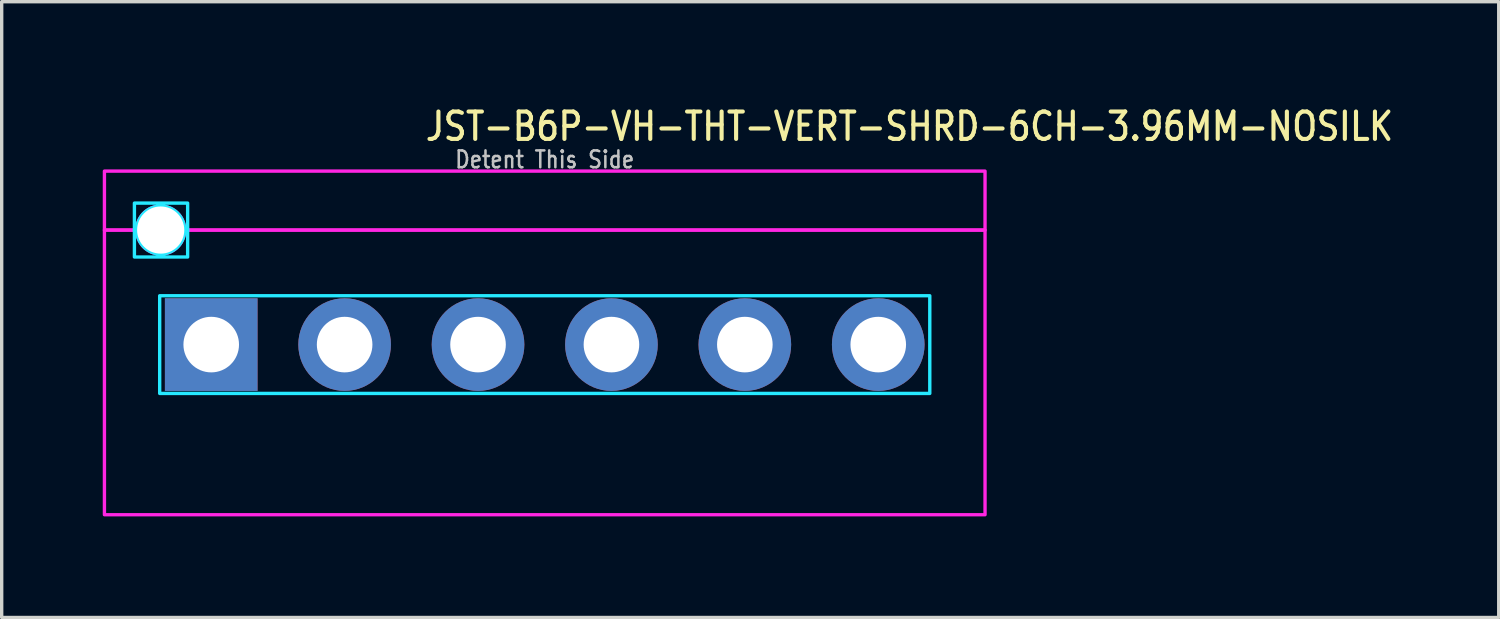
<source format=kicad_pcb>
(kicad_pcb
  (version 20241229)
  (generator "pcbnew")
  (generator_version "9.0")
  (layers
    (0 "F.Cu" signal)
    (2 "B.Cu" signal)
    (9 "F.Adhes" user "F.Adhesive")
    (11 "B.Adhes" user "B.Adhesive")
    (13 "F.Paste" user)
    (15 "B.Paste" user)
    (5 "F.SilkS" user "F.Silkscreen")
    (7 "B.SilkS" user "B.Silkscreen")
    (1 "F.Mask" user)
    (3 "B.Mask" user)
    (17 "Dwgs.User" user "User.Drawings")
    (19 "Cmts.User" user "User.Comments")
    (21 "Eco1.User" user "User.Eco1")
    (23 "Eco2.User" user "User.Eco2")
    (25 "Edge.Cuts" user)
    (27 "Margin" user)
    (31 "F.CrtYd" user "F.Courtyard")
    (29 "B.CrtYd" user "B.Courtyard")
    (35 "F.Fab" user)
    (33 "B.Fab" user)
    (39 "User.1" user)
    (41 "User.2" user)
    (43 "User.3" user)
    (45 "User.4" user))
  (footprint "JST-B6P-VH-THT-VERT-SHRD-6CH-3.96MM-NOSILK"
    (layer "F.Cu")
    (at 13.12 7.179)
    (property "Reference" "JST-B6P-VH-THT-VERT-SHRD-6CH-3.96MM-NOSILK" (at -3.6 -6 0) (unlocked yes) (layer "F.SilkS") (effects (font (size 0.813 0.695) (thickness 0.122)) (justify left bottom)))
    (fp_poly (pts (xy -11.43 -1.45) (xy -11.43 1.45) (xy 11.43 1.45) (xy 11.43 -1.45)) (stroke (width 0.1) (type solid)) (fill no) (layer "B.CrtYd"))
    (fp_poly (pts (xy -12.18 -3.4) (xy -12.18 -4.2) (xy -10.6 -4.2) (xy -10.6 -3.4) (xy -10.69 -3.4) (xy -10.69 -3.4) (xy -10.69 -3.411) (xy -10.69 -3.411) (xy -10.69 -3.422) (xy -10.69 -3.422) (xy -10.691 -3.433) (xy -10.691 -3.434) (xy -10.691 -3.445) (xy -10.691 -3.445) (xy -10.692 -3.456) (xy -10.692 -3.456) (xy -10.693 -3.467) (xy -10.693 -3.467) (xy -10.694 -3.478) (xy -10.694 -3.478) (xy -10.696 -3.489) (xy -10.696 -3.489) (xy -10.697 -3.5) (xy -10.697 -3.5) (xy -10.699 -3.511) (xy -10.699 -3.511) (xy -10.701 -3.522) (xy -10.701 -3.522) (xy -10.703 -3.533) (xy -10.703 -3.533) (xy -10.705 -3.544) (xy -10.705 -3.544) (xy -10.707 -3.555) (xy -10.707 -3.555) (xy -10.71 -3.566) (xy -10.71 -3.566) (xy -10.712 -3.576) (xy -10.712 -3.577) (xy -10.715 -3.587) (xy -10.715 -3.587) (xy -10.718 -3.598) (xy -10.718 -3.598) (xy -10.721 -3.609) (xy -10.721 -3.609) (xy -10.725 -3.619) (xy -10.725 -3.619) (xy -10.728 -3.63) (xy -10.728 -3.63) (xy -10.732 -3.64) (xy -10.732 -3.641) (xy -10.736 -3.651) (xy -10.736 -3.651) (xy -10.74 -3.661) (xy -10.74 -3.661) (xy -10.744 -3.672) (xy -10.744 -3.672) (xy -10.748 -3.682) (xy -10.748 -3.682) (xy -10.753 -3.692) (xy -10.753 -3.692) (xy -10.758 -3.702) (xy -10.758 -3.702) (xy -10.762 -3.712) (xy -10.762 -3.712) (xy -10.767 -3.722) (xy -10.767 -3.722) (xy -10.772 -3.732) (xy -10.773 -3.732) (xy -10.778 -3.742) (xy -10.778 -3.742) (xy -10.783 -3.752) (xy -10.783 -3.752) (xy -10.789 -3.761) (xy -10.789 -3.761) (xy -10.795 -3.771) (xy -10.795 -3.771) (xy -10.8 -3.78) (xy -10.801 -3.781) (xy -10.807 -3.79) (xy -10.807 -3.79) (xy -10.813 -3.799) (xy -10.813 -3.799) (xy -10.819 -3.808) (xy -10.819 -3.808) (xy -10.826 -3.817) (xy -10.826 -3.817) (xy -10.832 -3.826) (xy -10.832 -3.826) (xy -10.839 -3.835) (xy -10.839 -3.835) (xy -10.846 -3.844) (xy -10.846 -3.844) (xy -10.853 -3.853) (xy -10.853 -3.853) (xy -10.86 -3.861) (xy -10.86 -3.861) (xy -10.867 -3.869) (xy -10.867 -3.87) (xy -10.875 -3.878) (xy -10.875 -3.878) (xy -10.882 -3.886) (xy -10.882 -3.886) (xy -10.89 -3.894) (xy -10.89 -3.894) (xy -10.898 -3.902) (xy -10.898 -3.902) (xy -10.906 -3.91) (xy -10.906 -3.91) (xy -10.914 -3.918) (xy -10.914 -3.918) (xy -10.922 -3.925) (xy -10.922 -3.925) (xy -10.93 -3.933) (xy -10.931 -3.933) (xy -10.939 -3.94) (xy -10.939 -3.94) (xy -10.947 -3.947) (xy -10.947 -3.947) (xy -10.956 -3.954) (xy -10.956 -3.954) (xy -10.965 -3.961) (xy -10.965 -3.961) (xy -10.974 -3.968) (xy -10.974 -3.968) (xy -10.983 -3.974) (xy -10.983 -3.974) (xy -10.992 -3.981) (xy -10.992 -3.981) (xy -11.001 -3.987) (xy -11.001 -3.987) (xy -11.01 -3.993) (xy -11.01 -3.993) (xy -11.019 -3.999) (xy -11.02 -4) (xy -11.029 -4.005) (xy -11.029 -4.005) (xy -11.039 -4.011) (xy -11.039 -4.011) (xy -11.048 -4.017) (xy -11.048 -4.017) (xy -11.058 -4.022) (xy -11.058 -4.022) (xy -11.068 -4.027) (xy -11.068 -4.028) (xy -11.078 -4.033) (xy -11.078 -4.033) (xy -11.088 -4.038) (xy -11.088 -4.038) (xy -11.098 -4.042) (xy -11.098 -4.042) (xy -11.108 -4.047) (xy -11.108 -4.047) (xy -11.118 -4.052) (xy -11.118 -4.052) (xy -11.128 -4.056) (xy -11.128 -4.056) (xy -11.139 -4.06) (xy -11.139 -4.06) (xy -11.149 -4.064) (xy -11.149 -4.064) (xy -11.159 -4.068) (xy -11.16 -4.068) (xy -11.17 -4.072) (xy -11.17 -4.072) (xy -11.181 -4.075) (xy -11.181 -4.075) (xy -11.191 -4.079) (xy -11.191 -4.079) (xy -11.202 -4.082) (xy -11.202 -4.082) (xy -11.213 -4.085) (xy -11.213 -4.085) (xy -11.223 -4.088) (xy -11.224 -4.088) (xy -11.234 -4.09) (xy -11.234 -4.09) (xy -11.245 -4.093) (xy -11.245 -4.093) (xy -11.256 -4.095) (xy -11.256 -4.095) (xy -11.267 -4.097) (xy -11.267 -4.097) (xy -11.278 -4.099) (xy -11.278 -4.099) (xy -11.289 -4.101) (xy -11.289 -4.101) (xy -11.3 -4.103) (xy -11.3 -4.103) (xy -11.311 -4.104) (xy -11.311 -4.104) (xy -11.322 -4.106) (xy -11.322 -4.106) (xy -11.333 -4.107) (xy -11.333 -4.107) (xy -11.344 -4.108) (xy -11.344 -4.108) (xy -11.355 -4.109) (xy -11.355 -4.109) (xy -11.366 -4.109) (xy -11.367 -4.109) (xy -11.378 -4.11) (xy -11.378 -4.11) (xy -11.389 -4.11) (xy -11.389 -4.11) (xy -11.4 -4.11) (xy -11.4 -4.11) (xy -11.411 -4.11) (xy -11.411 -4.11) (xy -11.422 -4.11) (xy -11.422 -4.11) (xy -11.433 -4.109) (xy -11.434 -4.109) (xy -11.445 -4.109) (xy -11.445 -4.109) (xy -11.456 -4.108) (xy -11.456 -4.108) (xy -11.467 -4.107) (xy -11.467 -4.107) (xy -11.478 -4.106) (xy -11.478 -4.106) (xy -11.489 -4.104) (xy -11.489 -4.104) (xy -11.5 -4.103) (xy -11.5 -4.103) (xy -11.511 -4.101) (xy -11.511 -4.101) (xy -11.522 -4.099) (xy -11.522 -4.099) (xy -11.533 -4.097) (xy -11.533 -4.097) (xy -11.544 -4.095) (xy -11.544 -4.095) (xy -11.555 -4.093) (xy -11.555 -4.093) (xy -11.566 -4.09) (xy -11.566 -4.09) (xy -11.576 -4.088) (xy -11.577 -4.088) (xy -11.587 -4.085) (xy -11.587 -4.085) (xy -11.598 -4.082) (xy -11.598 -4.082) (xy -11.609 -4.079) (xy -11.609 -4.079) (xy -11.619 -4.075) (xy -11.619 -4.075) (xy -11.63 -4.072) (xy -11.63 -4.072) (xy -11.64 -4.068) (xy -11.641 -4.068) (xy -11.651 -4.064) (xy -11.651 -4.064) (xy -11.661 -4.06) (xy -11.661 -4.06) (xy -11.672 -4.056) (xy -11.672 -4.056) (xy -11.682 -4.052) (xy -11.682 -4.052) (xy -11.692 -4.047) (xy -11.692 -4.047) (xy -11.702 -4.042) (xy -11.702 -4.042) (xy -11.712 -4.038) (xy -11.712 -4.038) (xy -11.722 -4.033) (xy -11.722 -4.033) (xy -11.732 -4.028) (xy -11.732 -4.027) (xy -11.742 -4.022) (xy -11.742 -4.022) (xy -11.752 -4.017) (xy -11.752 -4.017) (xy -11.761 -4.011) (xy -11.761 -4.011) (xy -11.771 -4.005) (xy -11.771 -4.005) (xy -11.78 -4) (xy -11.781 -3.999) (xy -11.79 -3.993) (xy -11.79 -3.993) (xy -11.799 -3.987) (xy -11.799 -3.987) (xy -11.808 -3.981) (xy -11.808 -3.981) (xy -11.817 -3.974) (xy -11.817 -3.974) (xy -11.826 -3.968) (xy -11.826 -3.968) (xy -11.835 -3.961) (xy -11.835 -3.961) (xy -11.844 -3.954) (xy -11.844 -3.954) (xy -11.853 -3.947) (xy -11.853 -3.947) (xy -11.861 -3.94) (xy -11.861 -3.94) (xy -11.869 -3.933) (xy -11.87 -3.933) (xy -11.878 -3.925) (xy -11.878 -3.925) (xy -11.886 -3.918) (xy -11.886 -3.918) (xy -11.894 -3.91) (xy -11.894 -3.91) (xy -11.902 -3.902) (xy -11.902 -3.902) (xy -11.91 -3.894) (xy -11.91 -3.894) (xy -11.918 -3.886) (xy -11.918 -3.886) (xy -11.925 -3.878) (xy -11.925 -3.878) (xy -11.933 -3.87) (xy -11.933 -3.869) (xy -11.94 -3.861) (xy -11.94 -3.861) (xy -11.947 -3.853) (xy -11.947 -3.853) (xy -11.954 -3.844) (xy -11.954 -3.844) (xy -11.961 -3.835) (xy -11.961 -3.835) (xy -11.968 -3.826) (xy -11.968 -3.826) (xy -11.974 -3.817) (xy -11.974 -3.817) (xy -11.981 -3.808) (xy -11.981 -3.808) (xy -11.987 -3.799) (xy -11.987 -3.799) (xy -11.993 -3.79) (xy -11.993 -3.79) (xy -11.999 -3.781) (xy -12 -3.78) (xy -12.005 -3.771) (xy -12.005 -3.771) (xy -12.011 -3.761) (xy -12.011 -3.761) (xy -12.017 -3.752) (xy -12.017 -3.752) (xy -12.022 -3.742) (xy -12.022 -3.742) (xy -12.027 -3.732) (xy -12.028 -3.732) (xy -12.033 -3.722) (xy -12.033 -3.722) (xy -12.038 -3.712) (xy -12.038 -3.712) (xy -12.042 -3.702) (xy -12.042 -3.702) (xy -12.047 -3.692) (xy -12.047 -3.692) (xy -12.052 -3.682) (xy -12.052 -3.682) (xy -12.056 -3.672) (xy -12.056 -3.672) (xy -12.06 -3.661) (xy -12.06 -3.661) (xy -12.064 -3.651) (xy -12.064 -3.651) (xy -12.068 -3.641) (xy -12.068 -3.64) (xy -12.072 -3.63) (xy -12.072 -3.63) (xy -12.075 -3.619) (xy -12.075 -3.619) (xy -12.079 -3.609) (xy -12.079 -3.609) (xy -12.082 -3.598) (xy -12.082 -3.598) (xy -12.085 -3.587) (xy -12.085 -3.587) (xy -12.088 -3.577) (xy -12.088 -3.576) (xy -12.09 -3.566) (xy -12.09 -3.566) (xy -12.093 -3.555) (xy -12.093 -3.555) (xy -12.095 -3.544) (xy -12.095 -3.544) (xy -12.097 -3.533) (xy -12.097 -3.533) (xy -12.099 -3.522) (xy -12.099 -3.522) (xy -12.101 -3.511) (xy -12.101 -3.511) (xy -12.103 -3.5) (xy -12.103 -3.5) (xy -12.104 -3.489) (xy -12.104 -3.489) (xy -12.106 -3.478) (xy -12.106 -3.478) (xy -12.107 -3.467) (xy -12.107 -3.467) (xy -12.108 -3.456) (xy -12.108 -3.456) (xy -12.109 -3.445) (xy -12.109 -3.445) (xy -12.109 -3.434) (xy -12.109 -3.433) (xy -12.11 -3.422) (xy -12.11 -3.422) (xy -12.11 -3.411) (xy -12.11 -3.411) (xy -12.11 -3.4) (xy -12.11 -3.4)) (stroke (width 0.1) (type solid)) (fill no) (layer "B.CrtYd"))
    (fp_poly (pts (xy -10.6 -2.6) (xy -12.18 -2.6) (xy -12.18 -3.4) (xy -12.11 -3.4) (xy -12.11 -3.4) (xy -12.11 -3.389) (xy -12.11 -3.389) (xy -12.11 -3.378) (xy -12.11 -3.378) (xy -12.109 -3.367) (xy -12.109 -3.366) (xy -12.109 -3.355) (xy -12.109 -3.355) (xy -12.108 -3.344) (xy -12.108 -3.344) (xy -12.107 -3.333) (xy -12.107 -3.333) (xy -12.106 -3.322) (xy -12.106 -3.322) (xy -12.104 -3.311) (xy -12.104 -3.311) (xy -12.103 -3.3) (xy -12.103 -3.3) (xy -12.101 -3.289) (xy -12.101 -3.289) (xy -12.099 -3.278) (xy -12.099 -3.278) (xy -12.097 -3.267) (xy -12.097 -3.267) (xy -12.095 -3.256) (xy -12.095 -3.256) (xy -12.093 -3.245) (xy -12.093 -3.245) (xy -12.09 -3.234) (xy -12.09 -3.234) (xy -12.088 -3.224) (xy -12.088 -3.223) (xy -12.085 -3.213) (xy -12.085 -3.213) (xy -12.082 -3.202) (xy -12.082 -3.202) (xy -12.079 -3.191) (xy -12.079 -3.191) (xy -12.075 -3.181) (xy -12.075 -3.181) (xy -12.072 -3.17) (xy -12.072 -3.17) (xy -12.068 -3.16) (xy -12.068 -3.159) (xy -12.064 -3.149) (xy -12.064 -3.149) (xy -12.06 -3.139) (xy -12.06 -3.139) (xy -12.056 -3.128) (xy -12.056 -3.128) (xy -12.052 -3.118) (xy -12.052 -3.118) (xy -12.047 -3.108) (xy -12.047 -3.108) (xy -12.042 -3.098) (xy -12.042 -3.098) (xy -12.038 -3.088) (xy -12.038 -3.088) (xy -12.033 -3.078) (xy -12.033 -3.078) (xy -12.028 -3.068) (xy -12.027 -3.068) (xy -12.022 -3.058) (xy -12.022 -3.058) (xy -12.017 -3.048) (xy -12.017 -3.048) (xy -12.011 -3.039) (xy -12.011 -3.039) (xy -12.005 -3.029) (xy -12.005 -3.029) (xy -12 -3.02) (xy -11.999 -3.019) (xy -11.993 -3.01) (xy -11.993 -3.01) (xy -11.987 -3.001) (xy -11.987 -3.001) (xy -11.981 -2.992) (xy -11.981 -2.992) (xy -11.974 -2.983) (xy -11.974 -2.983) (xy -11.968 -2.974) (xy -11.968 -2.974) (xy -11.961 -2.965) (xy -11.961 -2.965) (xy -11.954 -2.956) (xy -11.954 -2.956) (xy -11.947 -2.947) (xy -11.947 -2.947) (xy -11.94 -2.939) (xy -11.94 -2.939) (xy -11.933 -2.931) (xy -11.933 -2.93) (xy -11.925 -2.922) (xy -11.925 -2.922) (xy -11.918 -2.914) (xy -11.918 -2.914) (xy -11.91 -2.906) (xy -11.91 -2.906) (xy -11.902 -2.898) (xy -11.902 -2.898) (xy -11.894 -2.89) (xy -11.894 -2.89) (xy -11.886 -2.882) (xy -11.886 -2.882) (xy -11.878 -2.875) (xy -11.878 -2.875) (xy -11.87 -2.867) (xy -11.869 -2.867) (xy -11.861 -2.86) (xy -11.861 -2.86) (xy -11.853 -2.853) (xy -11.853 -2.853) (xy -11.844 -2.846) (xy -11.844 -2.846) (xy -11.835 -2.839) (xy -11.835 -2.839) (xy -11.826 -2.832) (xy -11.826 -2.832) (xy -11.817 -2.826) (xy -11.817 -2.826) (xy -11.808 -2.819) (xy -11.808 -2.819) (xy -11.799 -2.813) (xy -11.799 -2.813) (xy -11.79 -2.807) (xy -11.79 -2.807) (xy -11.781 -2.801) (xy -11.78 -2.8) (xy -11.771 -2.795) (xy -11.771 -2.795) (xy -11.761 -2.789) (xy -11.761 -2.789) (xy -11.752 -2.783) (xy -11.752 -2.783) (xy -11.742 -2.778) (xy -11.742 -2.778) (xy -11.732 -2.773) (xy -11.732 -2.772) (xy -11.722 -2.767) (xy -11.722 -2.767) (xy -11.712 -2.762) (xy -11.712 -2.762) (xy -11.702 -2.758) (xy -11.702 -2.758) (xy -11.692 -2.753) (xy -11.692 -2.753) (xy -11.682 -2.748) (xy -11.682 -2.748) (xy -11.672 -2.744) (xy -11.672 -2.744) (xy -11.661 -2.74) (xy -11.661 -2.74) (xy -11.651 -2.736) (xy -11.651 -2.736) (xy -11.641 -2.732) (xy -11.64 -2.732) (xy -11.63 -2.728) (xy -11.63 -2.728) (xy -11.619 -2.725) (xy -11.619 -2.725) (xy -11.609 -2.721) (xy -11.609 -2.721) (xy -11.598 -2.718) (xy -11.598 -2.718) (xy -11.587 -2.715) (xy -11.587 -2.715) (xy -11.577 -2.712) (xy -11.576 -2.712) (xy -11.566 -2.71) (xy -11.566 -2.71) (xy -11.555 -2.707) (xy -11.555 -2.707) (xy -11.544 -2.705) (xy -11.544 -2.705) (xy -11.533 -2.703) (xy -11.533 -2.703) (xy -11.522 -2.701) (xy -11.522 -2.701) (xy -11.511 -2.699) (xy -11.511 -2.699) (xy -11.5 -2.697) (xy -11.5 -2.697) (xy -11.489 -2.696) (xy -11.489 -2.696) (xy -11.478 -2.694) (xy -11.478 -2.694) (xy -11.467 -2.693) (xy -11.467 -2.693) (xy -11.456 -2.692) (xy -11.456 -2.692) (xy -11.445 -2.691) (xy -11.445 -2.691) (xy -11.434 -2.691) (xy -11.433 -2.691) (xy -11.422 -2.69) (xy -11.422 -2.69) (xy -11.411 -2.69) (xy -11.411 -2.69) (xy -11.4 -2.69) (xy -11.4 -2.69) (xy -11.389 -2.69) (xy -11.389 -2.69) (xy -11.378 -2.69) (xy -11.378 -2.69) (xy -11.367 -2.691) (xy -11.366 -2.691) (xy -11.355 -2.691) (xy -11.355 -2.691) (xy -11.344 -2.692) (xy -11.344 -2.692) (xy -11.333 -2.693) (xy -11.333 -2.693) (xy -11.322 -2.694) (xy -11.322 -2.694) (xy -11.311 -2.696) (xy -11.311 -2.696) (xy -11.3 -2.697) (xy -11.3 -2.697) (xy -11.289 -2.699) (xy -11.289 -2.699) (xy -11.278 -2.701) (xy -11.278 -2.701) (xy -11.267 -2.703) (xy -11.267 -2.703) (xy -11.256 -2.705) (xy -11.256 -2.705) (xy -11.245 -2.707) (xy -11.245 -2.707) (xy -11.234 -2.71) (xy -11.234 -2.71) (xy -11.224 -2.712) (xy -11.223 -2.712) (xy -11.213 -2.715) (xy -11.213 -2.715) (xy -11.202 -2.718) (xy -11.202 -2.718) (xy -11.191 -2.721) (xy -11.191 -2.721) (xy -11.181 -2.725) (xy -11.181 -2.725) (xy -11.17 -2.728) (xy -11.17 -2.728) (xy -11.16 -2.732) (xy -11.159 -2.732) (xy -11.149 -2.736) (xy -11.149 -2.736) (xy -11.139 -2.74) (xy -11.139 -2.74) (xy -11.128 -2.744) (xy -11.128 -2.744) (xy -11.118 -2.748) (xy -11.118 -2.748) (xy -11.108 -2.753) (xy -11.108 -2.753) (xy -11.098 -2.758) (xy -11.098 -2.758) (xy -11.088 -2.762) (xy -11.088 -2.762) (xy -11.078 -2.767) (xy -11.078 -2.767) (xy -11.068 -2.772) (xy -11.068 -2.773) (xy -11.058 -2.778) (xy -11.058 -2.778) (xy -11.048 -2.783) (xy -11.048 -2.783) (xy -11.039 -2.789) (xy -11.039 -2.789) (xy -11.029 -2.795) (xy -11.029 -2.795) (xy -11.02 -2.8) (xy -11.019 -2.801) (xy -11.01 -2.807) (xy -11.01 -2.807) (xy -11.001 -2.813) (xy -11.001 -2.813) (xy -10.992 -2.819) (xy -10.992 -2.819) (xy -10.983 -2.826) (xy -10.983 -2.826) (xy -10.974 -2.832) (xy -10.974 -2.832) (xy -10.965 -2.839) (xy -10.965 -2.839) (xy -10.956 -2.846) (xy -10.956 -2.846) (xy -10.947 -2.853) (xy -10.947 -2.853) (xy -10.939 -2.86) (xy -10.939 -2.86) (xy -10.931 -2.867) (xy -10.93 -2.867) (xy -10.922 -2.875) (xy -10.922 -2.875) (xy -10.914 -2.882) (xy -10.914 -2.882) (xy -10.906 -2.89) (xy -10.906 -2.89) (xy -10.898 -2.898) (xy -10.898 -2.898) (xy -10.89 -2.906) (xy -10.89 -2.906) (xy -10.882 -2.914) (xy -10.882 -2.914) (xy -10.875 -2.922) (xy -10.875 -2.922) (xy -10.867 -2.93) (xy -10.867 -2.931) (xy -10.86 -2.939) (xy -10.86 -2.939) (xy -10.853 -2.947) (xy -10.853 -2.947) (xy -10.846 -2.956) (xy -10.846 -2.956) (xy -10.839 -2.965) (xy -10.839 -2.965) (xy -10.832 -2.974) (xy -10.832 -2.974) (xy -10.826 -2.983) (xy -10.826 -2.983) (xy -10.819 -2.992) (xy -10.819 -2.992) (xy -10.813 -3.001) (xy -10.813 -3.001) (xy -10.807 -3.01) (xy -10.807 -3.01) (xy -10.801 -3.019) (xy -10.8 -3.02) (xy -10.795 -3.029) (xy -10.795 -3.029) (xy -10.789 -3.039) (xy -10.789 -3.039) (xy -10.783 -3.048) (xy -10.783 -3.048) (xy -10.778 -3.058) (xy -10.778 -3.058) (xy -10.773 -3.068) (xy -10.772 -3.068) (xy -10.767 -3.078) (xy -10.767 -3.078) (xy -10.762 -3.088) (xy -10.762 -3.088) (xy -10.758 -3.098) (xy -10.758 -3.098) (xy -10.753 -3.108) (xy -10.753 -3.108) (xy -10.748 -3.118) (xy -10.748 -3.118) (xy -10.744 -3.128) (xy -10.744 -3.128) (xy -10.74 -3.139) (xy -10.74 -3.139) (xy -10.736 -3.149) (xy -10.736 -3.149) (xy -10.732 -3.159) (xy -10.732 -3.16) (xy -10.728 -3.17) (xy -10.728 -3.17) (xy -10.725 -3.181) (xy -10.725 -3.181) (xy -10.721 -3.191) (xy -10.721 -3.191) (xy -10.718 -3.202) (xy -10.718 -3.202) (xy -10.715 -3.213) (xy -10.715 -3.213) (xy -10.712 -3.223) (xy -10.712 -3.224) (xy -10.71 -3.234) (xy -10.71 -3.234) (xy -10.707 -3.245) (xy -10.707 -3.245) (xy -10.705 -3.256) (xy -10.705 -3.256) (xy -10.703 -3.267) (xy -10.703 -3.267) (xy -10.701 -3.278) (xy -10.701 -3.278) (xy -10.699 -3.289) (xy -10.699 -3.289) (xy -10.697 -3.3) (xy -10.697 -3.3) (xy -10.696 -3.311) (xy -10.696 -3.311) (xy -10.694 -3.322) (xy -10.694 -3.322) (xy -10.693 -3.333) (xy -10.693 -3.333) (xy -10.692 -3.344) (xy -10.692 -3.344) (xy -10.691 -3.355) (xy -10.691 -3.355) (xy -10.691 -3.366) (xy -10.691 -3.367) (xy -10.69 -3.378) (xy -10.69 -3.378) (xy -10.69 -3.389) (xy -10.69 -3.389) (xy -10.69 -3.4) (xy -10.69 -3.4) (xy -10.6 -3.4)) (stroke (width 0.1) (type solid)) (fill no) (layer "B.CrtYd"))
    (fp_poly (pts (xy 13.07 -5.15) (xy 13.07 -3.4) (xy -10.69 -3.4) (xy -10.69 -3.4) (xy -10.69 -3.411) (xy -10.69 -3.411) (xy -10.69 -3.422) (xy -10.69 -3.422) (xy -10.691 -3.433) (xy -10.691 -3.434) (xy -10.691 -3.445) (xy -10.691 -3.445) (xy -10.692 -3.456) (xy -10.692 -3.456) (xy -10.693 -3.467) (xy -10.693 -3.467) (xy -10.694 -3.478) (xy -10.694 -3.478) (xy -10.696 -3.489) (xy -10.696 -3.489) (xy -10.697 -3.5) (xy -10.697 -3.5) (xy -10.699 -3.511) (xy -10.699 -3.511) (xy -10.701 -3.522) (xy -10.701 -3.522) (xy -10.703 -3.533) (xy -10.703 -3.533) (xy -10.705 -3.544) (xy -10.705 -3.544) (xy -10.707 -3.555) (xy -10.707 -3.555) (xy -10.71 -3.566) (xy -10.71 -3.566) (xy -10.712 -3.576) (xy -10.712 -3.577) (xy -10.715 -3.587) (xy -10.715 -3.587) (xy -10.718 -3.598) (xy -10.718 -3.598) (xy -10.721 -3.609) (xy -10.721 -3.609) (xy -10.725 -3.619) (xy -10.725 -3.619) (xy -10.728 -3.63) (xy -10.728 -3.63) (xy -10.732 -3.64) (xy -10.732 -3.641) (xy -10.736 -3.651) (xy -10.736 -3.651) (xy -10.74 -3.661) (xy -10.74 -3.661) (xy -10.744 -3.672) (xy -10.744 -3.672) (xy -10.748 -3.682) (xy -10.748 -3.682) (xy -10.753 -3.692) (xy -10.753 -3.692) (xy -10.758 -3.702) (xy -10.758 -3.702) (xy -10.762 -3.712) (xy -10.762 -3.712) (xy -10.767 -3.722) (xy -10.767 -3.722) (xy -10.772 -3.732) (xy -10.773 -3.732) (xy -10.778 -3.742) (xy -10.778 -3.742) (xy -10.783 -3.752) (xy -10.783 -3.752) (xy -10.789 -3.761) (xy -10.789 -3.761) (xy -10.795 -3.771) (xy -10.795 -3.771) (xy -10.8 -3.78) (xy -10.801 -3.781) (xy -10.807 -3.79) (xy -10.807 -3.79) (xy -10.813 -3.799) (xy -10.813 -3.799) (xy -10.819 -3.808) (xy -10.819 -3.808) (xy -10.826 -3.817) (xy -10.826 -3.817) (xy -10.832 -3.826) (xy -10.832 -3.826) (xy -10.839 -3.835) (xy -10.839 -3.835) (xy -10.846 -3.844) (xy -10.846 -3.844) (xy -10.853 -3.853) (xy -10.853 -3.853) (xy -10.86 -3.861) (xy -10.86 -3.861) (xy -10.867 -3.869) (xy -10.867 -3.87) (xy -10.875 -3.878) (xy -10.875 -3.878) (xy -10.882 -3.886) (xy -10.882 -3.886) (xy -10.89 -3.894) (xy -10.89 -3.894) (xy -10.898 -3.902) (xy -10.898 -3.902) (xy -10.906 -3.91) (xy -10.906 -3.91) (xy -10.914 -3.918) (xy -10.914 -3.918) (xy -10.922 -3.925) (xy -10.922 -3.925) (xy -10.93 -3.933) (xy -10.931 -3.933) (xy -10.939 -3.94) (xy -10.939 -3.94) (xy -10.947 -3.947) (xy -10.947 -3.947) (xy -10.956 -3.954) (xy -10.956 -3.954) (xy -10.965 -3.961) (xy -10.965 -3.961) (xy -10.974 -3.968) (xy -10.974 -3.968) (xy -10.983 -3.974) (xy -10.983 -3.974) (xy -10.992 -3.981) (xy -10.992 -3.981) (xy -11.001 -3.987) (xy -11.001 -3.987) (xy -11.01 -3.993) (xy -11.01 -3.993) (xy -11.019 -3.999) (xy -11.02 -4) (xy -11.029 -4.005) (xy -11.029 -4.005) (xy -11.039 -4.011) (xy -11.039 -4.011) (xy -11.048 -4.017) (xy -11.048 -4.017) (xy -11.058 -4.022) (xy -11.058 -4.022) (xy -11.068 -4.027) (xy -11.068 -4.028) (xy -11.078 -4.033) (xy -11.078 -4.033) (xy -11.088 -4.038) (xy -11.088 -4.038) (xy -11.098 -4.042) (xy -11.098 -4.042) (xy -11.108 -4.047) (xy -11.108 -4.047) (xy -11.118 -4.052) (xy -11.118 -4.052) (xy -11.128 -4.056) (xy -11.128 -4.056) (xy -11.139 -4.06) (xy -11.139 -4.06) (xy -11.149 -4.064) (xy -11.149 -4.064) (xy -11.159 -4.068) (xy -11.16 -4.068) (xy -11.17 -4.072) (xy -11.17 -4.072) (xy -11.181 -4.075) (xy -11.181 -4.075) (xy -11.191 -4.079) (xy -11.191 -4.079) (xy -11.202 -4.082) (xy -11.202 -4.082) (xy -11.213 -4.085) (xy -11.213 -4.085) (xy -11.223 -4.088) (xy -11.224 -4.088) (xy -11.234 -4.09) (xy -11.234 -4.09) (xy -11.245 -4.093) (xy -11.245 -4.093) (xy -11.256 -4.095) (xy -11.256 -4.095) (xy -11.267 -4.097) (xy -11.267 -4.097) (xy -11.278 -4.099) (xy -11.278 -4.099) (xy -11.289 -4.101) (xy -11.289 -4.101) (xy -11.3 -4.103) (xy -11.3 -4.103) (xy -11.311 -4.104) (xy -11.311 -4.104) (xy -11.322 -4.106) (xy -11.322 -4.106) (xy -11.333 -4.107) (xy -11.333 -4.107) (xy -11.344 -4.108) (xy -11.344 -4.108) (xy -11.355 -4.109) (xy -11.355 -4.109) (xy -11.366 -4.109) (xy -11.367 -4.109) (xy -11.378 -4.11) (xy -11.378 -4.11) (xy -11.389 -4.11) (xy -11.389 -4.11) (xy -11.4 -4.11) (xy -11.4 -4.11) (xy -11.411 -4.11) (xy -11.411 -4.11) (xy -11.422 -4.11) (xy -11.422 -4.11) (xy -11.433 -4.109) (xy -11.434 -4.109) (xy -11.445 -4.109) (xy -11.445 -4.109) (xy -11.456 -4.108) (xy -11.456 -4.108) (xy -11.467 -4.107) (xy -11.467 -4.107) (xy -11.478 -4.106) (xy -11.478 -4.106) (xy -11.489 -4.104) (xy -11.489 -4.104) (xy -11.5 -4.103) (xy -11.5 -4.103) (xy -11.511 -4.101) (xy -11.511 -4.101) (xy -11.522 -4.099) (xy -11.522 -4.099) (xy -11.533 -4.097) (xy -11.533 -4.097) (xy -11.544 -4.095) (xy -11.544 -4.095) (xy -11.555 -4.093) (xy -11.555 -4.093) (xy -11.566 -4.09) (xy -11.566 -4.09) (xy -11.576 -4.088) (xy -11.577 -4.088) (xy -11.587 -4.085) (xy -11.587 -4.085) (xy -11.598 -4.082) (xy -11.598 -4.082) (xy -11.609 -4.079) (xy -11.609 -4.079) (xy -11.619 -4.075) (xy -11.619 -4.075) (xy -11.63 -4.072) (xy -11.63 -4.072) (xy -11.64 -4.068) (xy -11.641 -4.068) (xy -11.651 -4.064) (xy -11.651 -4.064) (xy -11.661 -4.06) (xy -11.661 -4.06) (xy -11.672 -4.056) (xy -11.672 -4.056) (xy -11.682 -4.052) (xy -11.682 -4.052) (xy -11.692 -4.047) (xy -11.692 -4.047) (xy -11.702 -4.042) (xy -11.702 -4.042) (xy -11.712 -4.038) (xy -11.712 -4.038) (xy -11.722 -4.033) (xy -11.722 -4.033) (xy -11.732 -4.028) (xy -11.732 -4.027) (xy -11.742 -4.022) (xy -11.742 -4.022) (xy -11.752 -4.017) (xy -11.752 -4.017) (xy -11.761 -4.011) (xy -11.761 -4.011) (xy -11.771 -4.005) (xy -11.771 -4.005) (xy -11.78 -4) (xy -11.781 -3.999) (xy -11.79 -3.993) (xy -11.79 -3.993) (xy -11.799 -3.987) (xy -11.799 -3.987) (xy -11.808 -3.981) (xy -11.808 -3.981) (xy -11.817 -3.974) (xy -11.817 -3.974) (xy -11.826 -3.968) (xy -11.826 -3.968) (xy -11.835 -3.961) (xy -11.835 -3.961) (xy -11.844 -3.954) (xy -11.844 -3.954) (xy -11.853 -3.947) (xy -11.853 -3.947) (xy -11.861 -3.94) (xy -11.861 -3.94) (xy -11.869 -3.933) (xy -11.87 -3.933) (xy -11.878 -3.925) (xy -11.878 -3.925) (xy -11.886 -3.918) (xy -11.886 -3.918) (xy -11.894 -3.91) (xy -11.894 -3.91) (xy -11.902 -3.902) (xy -11.902 -3.902) (xy -11.91 -3.894) (xy -11.91 -3.894) (xy -11.918 -3.886) (xy -11.918 -3.886) (xy -11.925 -3.878) (xy -11.925 -3.878) (xy -11.933 -3.87) (xy -11.933 -3.869) (xy -11.94 -3.861) (xy -11.94 -3.861) (xy -11.947 -3.853) (xy -11.947 -3.853) (xy -11.954 -3.844) (xy -11.954 -3.844) (xy -11.961 -3.835) (xy -11.961 -3.835) (xy -11.968 -3.826) (xy -11.968 -3.826) (xy -11.974 -3.817) (xy -11.974 -3.817) (xy -11.981 -3.808) (xy -11.981 -3.808) (xy -11.987 -3.799) (xy -11.987 -3.799) (xy -11.993 -3.79) (xy -11.993 -3.79) (xy -11.999 -3.781) (xy -12 -3.78) (xy -12.005 -3.771) (xy -12.005 -3.771) (xy -12.011 -3.761) (xy -12.011 -3.761) (xy -12.017 -3.752) (xy -12.017 -3.752) (xy -12.022 -3.742) (xy -12.022 -3.742) (xy -12.027 -3.732) (xy -12.028 -3.732) (xy -12.033 -3.722) (xy -12.033 -3.722) (xy -12.038 -3.712) (xy -12.038 -3.712) (xy -12.042 -3.702) (xy -12.042 -3.702) (xy -12.047 -3.692) (xy -12.047 -3.692) (xy -12.052 -3.682) (xy -12.052 -3.682) (xy -12.056 -3.672) (xy -12.056 -3.672) (xy -12.06 -3.661) (xy -12.06 -3.661) (xy -12.064 -3.651) (xy -12.064 -3.651) (xy -12.068 -3.641) (xy -12.068 -3.64) (xy -12.072 -3.63) (xy -12.072 -3.63) (xy -12.075 -3.619) (xy -12.075 -3.619) (xy -12.079 -3.609) (xy -12.079 -3.609) (xy -12.082 -3.598) (xy -12.082 -3.598) (xy -12.085 -3.587) (xy -12.085 -3.587) (xy -12.088 -3.577) (xy -12.088 -3.576) (xy -12.09 -3.566) (xy -12.09 -3.566) (xy -12.093 -3.555) (xy -12.093 -3.555) (xy -12.095 -3.544) (xy -12.095 -3.544) (xy -12.097 -3.533) (xy -12.097 -3.533) (xy -12.099 -3.522) (xy -12.099 -3.522) (xy -12.101 -3.511) (xy -12.101 -3.511) (xy -12.103 -3.5) (xy -12.103 -3.5) (xy -12.104 -3.489) (xy -12.104 -3.489) (xy -12.106 -3.478) (xy -12.106 -3.478) (xy -12.107 -3.467) (xy -12.107 -3.467) (xy -12.108 -3.456) (xy -12.108 -3.456) (xy -12.109 -3.445) (xy -12.109 -3.445) (xy -12.109 -3.434) (xy -12.109 -3.433) (xy -12.11 -3.422) (xy -12.11 -3.422) (xy -12.11 -3.411) (xy -12.11 -3.411) (xy -12.11 -3.4) (xy -12.11 -3.4) (xy -13.07 -3.4) (xy -13.07 -5.15)) (stroke (width 0.1) (type solid)) (fill no) (layer "F.CrtYd"))
    (fp_poly (pts (xy 13.07 -3.4) (xy 13.07 5.05) (xy -13.07 5.05) (xy -13.07 -3.4) (xy -12.11 -3.4) (xy -12.11 -3.4) (xy -12.11 -3.389) (xy -12.11 -3.389) (xy -12.11 -3.378) (xy -12.11 -3.378) (xy -12.109 -3.367) (xy -12.109 -3.366) (xy -12.109 -3.355) (xy -12.109 -3.355) (xy -12.108 -3.344) (xy -12.108 -3.344) (xy -12.107 -3.333) (xy -12.107 -3.333) (xy -12.106 -3.322) (xy -12.106 -3.322) (xy -12.104 -3.311) (xy -12.104 -3.311) (xy -12.103 -3.3) (xy -12.103 -3.3) (xy -12.101 -3.289) (xy -12.101 -3.289) (xy -12.099 -3.278) (xy -12.099 -3.278) (xy -12.097 -3.267) (xy -12.097 -3.267) (xy -12.095 -3.256) (xy -12.095 -3.256) (xy -12.093 -3.245) (xy -12.093 -3.245) (xy -12.09 -3.234) (xy -12.09 -3.234) (xy -12.088 -3.224) (xy -12.088 -3.223) (xy -12.085 -3.213) (xy -12.085 -3.213) (xy -12.082 -3.202) (xy -12.082 -3.202) (xy -12.079 -3.191) (xy -12.079 -3.191) (xy -12.075 -3.181) (xy -12.075 -3.181) (xy -12.072 -3.17) (xy -12.072 -3.17) (xy -12.068 -3.16) (xy -12.068 -3.159) (xy -12.064 -3.149) (xy -12.064 -3.149) (xy -12.06 -3.139) (xy -12.06 -3.139) (xy -12.056 -3.128) (xy -12.056 -3.128) (xy -12.052 -3.118) (xy -12.052 -3.118) (xy -12.047 -3.108) (xy -12.047 -3.108) (xy -12.042 -3.098) (xy -12.042 -3.098) (xy -12.038 -3.088) (xy -12.038 -3.088) (xy -12.033 -3.078) (xy -12.033 -3.078) (xy -12.028 -3.068) (xy -12.027 -3.068) (xy -12.022 -3.058) (xy -12.022 -3.058) (xy -12.017 -3.048) (xy -12.017 -3.048) (xy -12.011 -3.039) (xy -12.011 -3.039) (xy -12.005 -3.029) (xy -12.005 -3.029) (xy -12 -3.02) (xy -11.999 -3.019) (xy -11.993 -3.01) (xy -11.993 -3.01) (xy -11.987 -3.001) (xy -11.987 -3.001) (xy -11.981 -2.992) (xy -11.981 -2.992) (xy -11.974 -2.983) (xy -11.974 -2.983) (xy -11.968 -2.974) (xy -11.968 -2.974) (xy -11.961 -2.965) (xy -11.961 -2.965) (xy -11.954 -2.956) (xy -11.954 -2.956) (xy -11.947 -2.947) (xy -11.947 -2.947) (xy -11.94 -2.939) (xy -11.94 -2.939) (xy -11.933 -2.931) (xy -11.933 -2.93) (xy -11.925 -2.922) (xy -11.925 -2.922) (xy -11.918 -2.914) (xy -11.918 -2.914) (xy -11.91 -2.906) (xy -11.91 -2.906) (xy -11.902 -2.898) (xy -11.902 -2.898) (xy -11.894 -2.89) (xy -11.894 -2.89) (xy -11.886 -2.882) (xy -11.886 -2.882) (xy -11.878 -2.875) (xy -11.878 -2.875) (xy -11.87 -2.867) (xy -11.869 -2.867) (xy -11.861 -2.86) (xy -11.861 -2.86) (xy -11.853 -2.853) (xy -11.853 -2.853) (xy -11.844 -2.846) (xy -11.844 -2.846) (xy -11.835 -2.839) (xy -11.835 -2.839) (xy -11.826 -2.832) (xy -11.826 -2.832) (xy -11.817 -2.826) (xy -11.817 -2.826) (xy -11.808 -2.819) (xy -11.808 -2.819) (xy -11.799 -2.813) (xy -11.799 -2.813) (xy -11.79 -2.807) (xy -11.79 -2.807) (xy -11.781 -2.801) (xy -11.78 -2.8) (xy -11.771 -2.795) (xy -11.771 -2.795) (xy -11.761 -2.789) (xy -11.761 -2.789) (xy -11.752 -2.783) (xy -11.752 -2.783) (xy -11.742 -2.778) (xy -11.742 -2.778) (xy -11.732 -2.773) (xy -11.732 -2.772) (xy -11.722 -2.767) (xy -11.722 -2.767) (xy -11.712 -2.762) (xy -11.712 -2.762) (xy -11.702 -2.758) (xy -11.702 -2.758) (xy -11.692 -2.753) (xy -11.692 -2.753) (xy -11.682 -2.748) (xy -11.682 -2.748) (xy -11.672 -2.744) (xy -11.672 -2.744) (xy -11.661 -2.74) (xy -11.661 -2.74) (xy -11.651 -2.736) (xy -11.651 -2.736) (xy -11.641 -2.732) (xy -11.64 -2.732) (xy -11.63 -2.728) (xy -11.63 -2.728) (xy -11.619 -2.725) (xy -11.619 -2.725) (xy -11.609 -2.721) (xy -11.609 -2.721) (xy -11.598 -2.718) (xy -11.598 -2.718) (xy -11.587 -2.715) (xy -11.587 -2.715) (xy -11.577 -2.712) (xy -11.576 -2.712) (xy -11.566 -2.71) (xy -11.566 -2.71) (xy -11.555 -2.707) (xy -11.555 -2.707) (xy -11.544 -2.705) (xy -11.544 -2.705) (xy -11.533 -2.703) (xy -11.533 -2.703) (xy -11.522 -2.701) (xy -11.522 -2.701) (xy -11.511 -2.699) (xy -11.511 -2.699) (xy -11.5 -2.697) (xy -11.5 -2.697) (xy -11.489 -2.696) (xy -11.489 -2.696) (xy -11.478 -2.694) (xy -11.478 -2.694) (xy -11.467 -2.693) (xy -11.467 -2.693) (xy -11.456 -2.692) (xy -11.456 -2.692) (xy -11.445 -2.691) (xy -11.445 -2.691) (xy -11.434 -2.691) (xy -11.433 -2.691) (xy -11.422 -2.69) (xy -11.422 -2.69) (xy -11.411 -2.69) (xy -11.411 -2.69) (xy -11.4 -2.69) (xy -11.4 -2.69) (xy -11.389 -2.69) (xy -11.389 -2.69) (xy -11.378 -2.69) (xy -11.378 -2.69) (xy -11.367 -2.691) (xy -11.366 -2.691) (xy -11.355 -2.691) (xy -11.355 -2.691) (xy -11.344 -2.692) (xy -11.344 -2.692) (xy -11.333 -2.693) (xy -11.333 -2.693) (xy -11.322 -2.694) (xy -11.322 -2.694) (xy -11.311 -2.696) (xy -11.311 -2.696) (xy -11.3 -2.697) (xy -11.3 -2.697) (xy -11.289 -2.699) (xy -11.289 -2.699) (xy -11.278 -2.701) (xy -11.278 -2.701) (xy -11.267 -2.703) (xy -11.267 -2.703) (xy -11.256 -2.705) (xy -11.256 -2.705) (xy -11.245 -2.707) (xy -11.245 -2.707) (xy -11.234 -2.71) (xy -11.234 -2.71) (xy -11.224 -2.712) (xy -11.223 -2.712) (xy -11.213 -2.715) (xy -11.213 -2.715) (xy -11.202 -2.718) (xy -11.202 -2.718) (xy -11.191 -2.721) (xy -11.191 -2.721) (xy -11.181 -2.725) (xy -11.181 -2.725) (xy -11.17 -2.728) (xy -11.17 -2.728) (xy -11.16 -2.732) (xy -11.159 -2.732) (xy -11.149 -2.736) (xy -11.149 -2.736) (xy -11.139 -2.74) (xy -11.139 -2.74) (xy -11.128 -2.744) (xy -11.128 -2.744) (xy -11.118 -2.748) (xy -11.118 -2.748) (xy -11.108 -2.753) (xy -11.108 -2.753) (xy -11.098 -2.758) (xy -11.098 -2.758) (xy -11.088 -2.762) (xy -11.088 -2.762) (xy -11.078 -2.767) (xy -11.078 -2.767) (xy -11.068 -2.772) (xy -11.068 -2.773) (xy -11.058 -2.778) (xy -11.058 -2.778) (xy -11.048 -2.783) (xy -11.048 -2.783) (xy -11.039 -2.789) (xy -11.039 -2.789) (xy -11.029 -2.795) (xy -11.029 -2.795) (xy -11.02 -2.8) (xy -11.019 -2.801) (xy -11.01 -2.807) (xy -11.01 -2.807) (xy -11.001 -2.813) (xy -11.001 -2.813) (xy -10.992 -2.819) (xy -10.992 -2.819) (xy -10.983 -2.826) (xy -10.983 -2.826) (xy -10.974 -2.832) (xy -10.974 -2.832) (xy -10.965 -2.839) (xy -10.965 -2.839) (xy -10.956 -2.846) (xy -10.956 -2.846) (xy -10.947 -2.853) (xy -10.947 -2.853) (xy -10.939 -2.86) (xy -10.939 -2.86) (xy -10.931 -2.867) (xy -10.93 -2.867) (xy -10.922 -2.875) (xy -10.922 -2.875) (xy -10.914 -2.882) (xy -10.914 -2.882) (xy -10.906 -2.89) (xy -10.906 -2.89) (xy -10.898 -2.898) (xy -10.898 -2.898) (xy -10.89 -2.906) (xy -10.89 -2.906) (xy -10.882 -2.914) (xy -10.882 -2.914) (xy -10.875 -2.922) (xy -10.875 -2.922) (xy -10.867 -2.93) (xy -10.867 -2.931) (xy -10.86 -2.939) (xy -10.86 -2.939) (xy -10.853 -2.947) (xy -10.853 -2.947) (xy -10.846 -2.956) (xy -10.846 -2.956) (xy -10.839 -2.965) (xy -10.839 -2.965) (xy -10.832 -2.974) (xy -10.832 -2.974) (xy -10.826 -2.983) (xy -10.826 -2.983) (xy -10.819 -2.992) (xy -10.819 -2.992) (xy -10.813 -3.001) (xy -10.813 -3.001) (xy -10.807 -3.01) (xy -10.807 -3.01) (xy -10.801 -3.019) (xy -10.8 -3.02) (xy -10.795 -3.029) (xy -10.795 -3.029) (xy -10.789 -3.039) (xy -10.789 -3.039) (xy -10.783 -3.048) (xy -10.783 -3.048) (xy -10.778 -3.058) (xy -10.778 -3.058) (xy -10.773 -3.068) (xy -10.772 -3.068) (xy -10.767 -3.078) (xy -10.767 -3.078) (xy -10.762 -3.088) (xy -10.762 -3.088) (xy -10.758 -3.098) (xy -10.758 -3.098) (xy -10.753 -3.108) (xy -10.753 -3.108) (xy -10.748 -3.118) (xy -10.748 -3.118) (xy -10.744 -3.128) (xy -10.744 -3.128) (xy -10.74 -3.139) (xy -10.74 -3.139) (xy -10.736 -3.149) (xy -10.736 -3.149) (xy -10.732 -3.159) (xy -10.732 -3.16) (xy -10.728 -3.17) (xy -10.728 -3.17) (xy -10.725 -3.181) (xy -10.725 -3.181) (xy -10.721 -3.191) (xy -10.721 -3.191) (xy -10.718 -3.202) (xy -10.718 -3.202) (xy -10.715 -3.213) (xy -10.715 -3.213) (xy -10.712 -3.223) (xy -10.712 -3.224) (xy -10.71 -3.234) (xy -10.71 -3.234) (xy -10.707 -3.245) (xy -10.707 -3.245) (xy -10.705 -3.256) (xy -10.705 -3.256) (xy -10.703 -3.267) (xy -10.703 -3.267) (xy -10.701 -3.278) (xy -10.701 -3.278) (xy -10.699 -3.289) (xy -10.699 -3.289) (xy -10.697 -3.3) (xy -10.697 -3.3) (xy -10.696 -3.311) (xy -10.696 -3.311) (xy -10.694 -3.322) (xy -10.694 -3.322) (xy -10.693 -3.333) (xy -10.693 -3.333) (xy -10.692 -3.344) (xy -10.692 -3.344) (xy -10.691 -3.355) (xy -10.691 -3.355) (xy -10.691 -3.366) (xy -10.691 -3.367) (xy -10.69 -3.378) (xy -10.69 -3.378) (xy -10.69 -3.389) (xy -10.69 -3.389) (xy -10.69 -3.4) (xy -10.69 -3.4)) (stroke (width 0.1) (type solid)) (fill no) (layer "F.CrtYd"))
    (fp_text user "Detent This Side" (at 0 -5.2 0) (unlocked yes) (layer "Dwgs.User") (effects (font (size 0.5 0.427) (thickness 0.075)) (justify bottom)))
    (pad "" np_thru_hole circle (at -11.4 -3.4) (size 1.4 1.4) (drill 1.4) (layers "*.Cu" "*.Mask"))
    (pad "1" thru_hole rect (at -9.9 0) (size 2.75 2.75) (drill 1.65) (layers "*.Cu" "*.Mask"))
    (pad "2" thru_hole oval (at -5.94 0) (size 2.75 2.75) (drill 1.65) (layers "*.Cu" "*.Mask"))
    (pad "3" thru_hole oval (at -1.98 0) (size 2.75 2.75) (drill 1.65) (layers "*.Cu" "*.Mask"))
    (pad "4" thru_hole oval (at 1.98 0) (size 2.75 2.75) (drill 1.65) (layers "*.Cu" "*.Mask"))
    (pad "5" thru_hole oval (at 5.94 0) (size 2.75 2.75) (drill 1.65) (layers "*.Cu" "*.Mask"))
    (pad "6" thru_hole oval (at 9.9 0) (size 2.75 2.75) (drill 1.65) (layers "*.Cu" "*.Mask")))
  (gr_rect
    (start -3 -3)
    (end 41.438 15.279)
    (stroke (width 0.1) (type default))
    (fill no)
    (layer "Edge.Cuts")))
</source>
